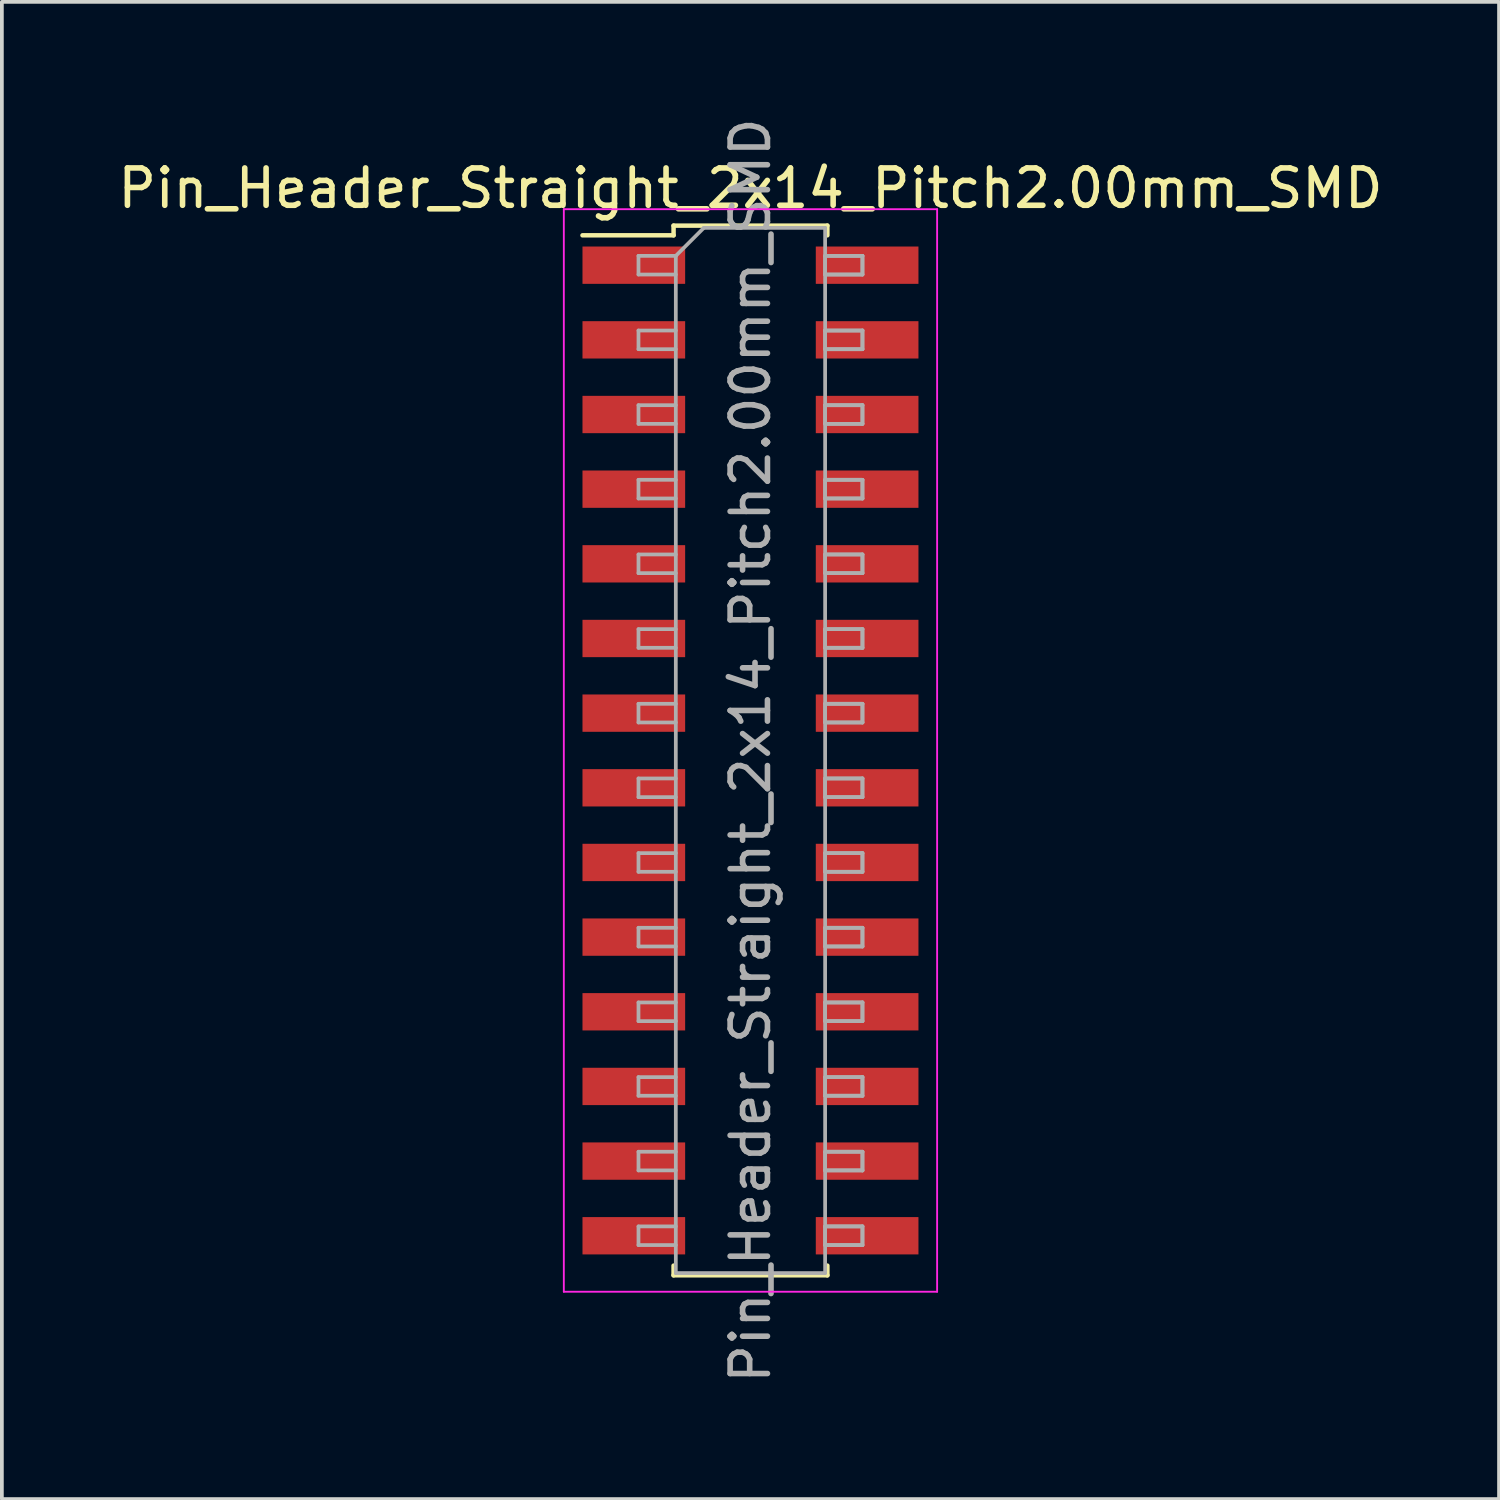
<source format=kicad_pcb>
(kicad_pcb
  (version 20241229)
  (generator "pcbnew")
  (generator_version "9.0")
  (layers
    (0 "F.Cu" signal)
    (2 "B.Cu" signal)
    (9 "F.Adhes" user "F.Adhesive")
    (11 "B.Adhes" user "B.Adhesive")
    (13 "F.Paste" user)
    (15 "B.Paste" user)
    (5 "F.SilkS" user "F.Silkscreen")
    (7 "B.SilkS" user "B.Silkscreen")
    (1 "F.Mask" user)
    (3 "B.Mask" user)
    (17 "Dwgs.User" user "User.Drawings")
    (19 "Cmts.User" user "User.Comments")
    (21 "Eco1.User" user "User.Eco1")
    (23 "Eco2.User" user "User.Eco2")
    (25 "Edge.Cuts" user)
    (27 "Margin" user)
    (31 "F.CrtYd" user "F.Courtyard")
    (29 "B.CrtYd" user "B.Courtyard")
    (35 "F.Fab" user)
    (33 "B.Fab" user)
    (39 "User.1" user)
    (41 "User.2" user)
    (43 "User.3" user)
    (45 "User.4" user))
  (footprint "Pin_Header_Straight_2x14_Pitch2.00mm_SMD"
    (layer "F.Cu")
    (at 17.054 17.054)
    (property "Reference" "Pin_Header_Straight_2x14_Pitch2.00mm_SMD" (at 0 -15.06 0) (layer "F.SilkS") (effects (font (size 1 1) (thickness 0.15))))
    (attr smd)
    (fp_line (start -4.5 -13.8) (end -2.06 -13.8) (stroke (width 0.12) (type solid)) (layer "F.SilkS"))
    (fp_line (start -2.06 -14.06) (end 2.06 -14.06) (stroke (width 0.12) (type solid)) (layer "F.SilkS"))
    (fp_line (start -2.06 -13.8) (end -2.06 -14.06) (stroke (width 0.12) (type solid)) (layer "F.SilkS"))
    (fp_line (start -2.06 13.8) (end -2.06 14.06) (stroke (width 0.12) (type solid)) (layer "F.SilkS"))
    (fp_line (start -2.06 14.06) (end 2.06 14.06) (stroke (width 0.12) (type solid)) (layer "F.SilkS"))
    (fp_line (start 2.06 -14.06) (end 2.06 -13.8) (stroke (width 0.12) (type solid)) (layer "F.SilkS"))
    (fp_line (start 2.06 14.06) (end 2.06 13.8) (stroke (width 0.12) (type solid)) (layer "F.SilkS"))
    (fp_line (start -5 -14.5) (end -5 14.5) (stroke (width 0.05) (type solid)) (layer "F.CrtYd"))
    (fp_line (start -5 14.5) (end 5 14.5) (stroke (width 0.05) (type solid)) (layer "F.CrtYd"))
    (fp_line (start 5 -14.5) (end -5 -14.5) (stroke (width 0.05) (type solid)) (layer "F.CrtYd"))
    (fp_line (start 5 14.5) (end 5 -14.5) (stroke (width 0.05) (type solid)) (layer "F.CrtYd"))
    (fp_line (start -3 -13.25) (end -3 -12.75) (stroke (width 0.1) (type solid)) (layer "F.Fab"))
    (fp_line (start -3 -12.75) (end -2 -12.75) (stroke (width 0.1) (type solid)) (layer "F.Fab"))
    (fp_line (start -3 -11.25) (end -3 -10.75) (stroke (width 0.1) (type solid)) (layer "F.Fab"))
    (fp_line (start -3 -10.75) (end -2 -10.75) (stroke (width 0.1) (type solid)) (layer "F.Fab"))
    (fp_line (start -3 -9.25) (end -3 -8.75) (stroke (width 0.1) (type solid)) (layer "F.Fab"))
    (fp_line (start -3 -8.75) (end -2 -8.75) (stroke (width 0.1) (type solid)) (layer "F.Fab"))
    (fp_line (start -3 -7.25) (end -3 -6.75) (stroke (width 0.1) (type solid)) (layer "F.Fab"))
    (fp_line (start -3 -6.75) (end -2 -6.75) (stroke (width 0.1) (type solid)) (layer "F.Fab"))
    (fp_line (start -3 -5.25) (end -3 -4.75) (stroke (width 0.1) (type solid)) (layer "F.Fab"))
    (fp_line (start -3 -4.75) (end -2 -4.75) (stroke (width 0.1) (type solid)) (layer "F.Fab"))
    (fp_line (start -3 -3.25) (end -3 -2.75) (stroke (width 0.1) (type solid)) (layer "F.Fab"))
    (fp_line (start -3 -2.75) (end -2 -2.75) (stroke (width 0.1) (type solid)) (layer "F.Fab"))
    (fp_line (start -3 -1.25) (end -3 -0.75) (stroke (width 0.1) (type solid)) (layer "F.Fab"))
    (fp_line (start -3 -0.75) (end -2 -0.75) (stroke (width 0.1) (type solid)) (layer "F.Fab"))
    (fp_line (start -3 0.75) (end -3 1.25) (stroke (width 0.1) (type solid)) (layer "F.Fab"))
    (fp_line (start -3 1.25) (end -2 1.25) (stroke (width 0.1) (type solid)) (layer "F.Fab"))
    (fp_line (start -3 2.75) (end -3 3.25) (stroke (width 0.1) (type solid)) (layer "F.Fab"))
    (fp_line (start -3 3.25) (end -2 3.25) (stroke (width 0.1) (type solid)) (layer "F.Fab"))
    (fp_line (start -3 4.75) (end -3 5.25) (stroke (width 0.1) (type solid)) (layer "F.Fab"))
    (fp_line (start -3 5.25) (end -2 5.25) (stroke (width 0.1) (type solid)) (layer "F.Fab"))
    (fp_line (start -3 6.75) (end -3 7.25) (stroke (width 0.1) (type solid)) (layer "F.Fab"))
    (fp_line (start -3 7.25) (end -2 7.25) (stroke (width 0.1) (type solid)) (layer "F.Fab"))
    (fp_line (start -3 8.75) (end -3 9.25) (stroke (width 0.1) (type solid)) (layer "F.Fab"))
    (fp_line (start -3 9.25) (end -2 9.25) (stroke (width 0.1) (type solid)) (layer "F.Fab"))
    (fp_line (start -3 10.75) (end -3 11.25) (stroke (width 0.1) (type solid)) (layer "F.Fab"))
    (fp_line (start -3 11.25) (end -2 11.25) (stroke (width 0.1) (type solid)) (layer "F.Fab"))
    (fp_line (start -3 12.75) (end -3 13.25) (stroke (width 0.1) (type solid)) (layer "F.Fab"))
    (fp_line (start -3 13.25) (end -2 13.25) (stroke (width 0.1) (type solid)) (layer "F.Fab"))
    (fp_line (start -2 -13.25) (end -3 -13.25) (stroke (width 0.1) (type solid)) (layer "F.Fab"))
    (fp_line (start -2 -13.25) (end -1.25 -14) (stroke (width 0.1) (type solid)) (layer "F.Fab"))
    (fp_line (start -2 -11.25) (end -3 -11.25) (stroke (width 0.1) (type solid)) (layer "F.Fab"))
    (fp_line (start -2 -9.25) (end -3 -9.25) (stroke (width 0.1) (type solid)) (layer "F.Fab"))
    (fp_line (start -2 -7.25) (end -3 -7.25) (stroke (width 0.1) (type solid)) (layer "F.Fab"))
    (fp_line (start -2 -5.25) (end -3 -5.25) (stroke (width 0.1) (type solid)) (layer "F.Fab"))
    (fp_line (start -2 -3.25) (end -3 -3.25) (stroke (width 0.1) (type solid)) (layer "F.Fab"))
    (fp_line (start -2 -1.25) (end -3 -1.25) (stroke (width 0.1) (type solid)) (layer "F.Fab"))
    (fp_line (start -2 0.75) (end -3 0.75) (stroke (width 0.1) (type solid)) (layer "F.Fab"))
    (fp_line (start -2 2.75) (end -3 2.75) (stroke (width 0.1) (type solid)) (layer "F.Fab"))
    (fp_line (start -2 4.75) (end -3 4.75) (stroke (width 0.1) (type solid)) (layer "F.Fab"))
    (fp_line (start -2 6.75) (end -3 6.75) (stroke (width 0.1) (type solid)) (layer "F.Fab"))
    (fp_line (start -2 8.75) (end -3 8.75) (stroke (width 0.1) (type solid)) (layer "F.Fab"))
    (fp_line (start -2 10.75) (end -3 10.75) (stroke (width 0.1) (type solid)) (layer "F.Fab"))
    (fp_line (start -2 12.75) (end -3 12.75) (stroke (width 0.1) (type solid)) (layer "F.Fab"))
    (fp_line (start -2 14) (end -2 -13.25) (stroke (width 0.1) (type solid)) (layer "F.Fab"))
    (fp_line (start -1.25 -14) (end 2 -14) (stroke (width 0.1) (type solid)) (layer "F.Fab"))
    (fp_line (start 2 -14) (end 2 14) (stroke (width 0.1) (type solid)) (layer "F.Fab"))
    (fp_line (start 2 -13.25) (end 2 -12.75) (stroke (width 0.1) (type solid)) (layer "F.Fab"))
    (fp_line (start 2 -13.25) (end 3 -13.25) (stroke (width 0.1) (type solid)) (layer "F.Fab"))
    (fp_line (start 2 -12.75) (end 3 -12.75) (stroke (width 0.1) (type solid)) (layer "F.Fab"))
    (fp_line (start 2 -11.25) (end 2 -10.75) (stroke (width 0.1) (type solid)) (layer "F.Fab"))
    (fp_line (start 2 -11.25) (end 3 -11.25) (stroke (width 0.1) (type solid)) (layer "F.Fab"))
    (fp_line (start 2 -10.75) (end 3 -10.75) (stroke (width 0.1) (type solid)) (layer "F.Fab"))
    (fp_line (start 2 -9.25) (end 2 -8.75) (stroke (width 0.1) (type solid)) (layer "F.Fab"))
    (fp_line (start 2 -9.25) (end 3 -9.25) (stroke (width 0.1) (type solid)) (layer "F.Fab"))
    (fp_line (start 2 -8.75) (end 3 -8.75) (stroke (width 0.1) (type solid)) (layer "F.Fab"))
    (fp_line (start 2 -7.25) (end 2 -6.75) (stroke (width 0.1) (type solid)) (layer "F.Fab"))
    (fp_line (start 2 -7.25) (end 3 -7.25) (stroke (width 0.1) (type solid)) (layer "F.Fab"))
    (fp_line (start 2 -6.75) (end 3 -6.75) (stroke (width 0.1) (type solid)) (layer "F.Fab"))
    (fp_line (start 2 -5.25) (end 2 -4.75) (stroke (width 0.1) (type solid)) (layer "F.Fab"))
    (fp_line (start 2 -5.25) (end 3 -5.25) (stroke (width 0.1) (type solid)) (layer "F.Fab"))
    (fp_line (start 2 -4.75) (end 3 -4.75) (stroke (width 0.1) (type solid)) (layer "F.Fab"))
    (fp_line (start 2 -3.25) (end 2 -2.75) (stroke (width 0.1) (type solid)) (layer "F.Fab"))
    (fp_line (start 2 -3.25) (end 3 -3.25) (stroke (width 0.1) (type solid)) (layer "F.Fab"))
    (fp_line (start 2 -2.75) (end 3 -2.75) (stroke (width 0.1) (type solid)) (layer "F.Fab"))
    (fp_line (start 2 -1.25) (end 2 -0.75) (stroke (width 0.1) (type solid)) (layer "F.Fab"))
    (fp_line (start 2 -1.25) (end 3 -1.25) (stroke (width 0.1) (type solid)) (layer "F.Fab"))
    (fp_line (start 2 -0.75) (end 3 -0.75) (stroke (width 0.1) (type solid)) (layer "F.Fab"))
    (fp_line (start 2 0.75) (end 2 1.25) (stroke (width 0.1) (type solid)) (layer "F.Fab"))
    (fp_line (start 2 0.75) (end 3 0.75) (stroke (width 0.1) (type solid)) (layer "F.Fab"))
    (fp_line (start 2 1.25) (end 3 1.25) (stroke (width 0.1) (type solid)) (layer "F.Fab"))
    (fp_line (start 2 2.75) (end 2 3.25) (stroke (width 0.1) (type solid)) (layer "F.Fab"))
    (fp_line (start 2 2.75) (end 3 2.75) (stroke (width 0.1) (type solid)) (layer "F.Fab"))
    (fp_line (start 2 3.25) (end 3 3.25) (stroke (width 0.1) (type solid)) (layer "F.Fab"))
    (fp_line (start 2 4.75) (end 2 5.25) (stroke (width 0.1) (type solid)) (layer "F.Fab"))
    (fp_line (start 2 4.75) (end 3 4.75) (stroke (width 0.1) (type solid)) (layer "F.Fab"))
    (fp_line (start 2 5.25) (end 3 5.25) (stroke (width 0.1) (type solid)) (layer "F.Fab"))
    (fp_line (start 2 6.75) (end 2 7.25) (stroke (width 0.1) (type solid)) (layer "F.Fab"))
    (fp_line (start 2 6.75) (end 3 6.75) (stroke (width 0.1) (type solid)) (layer "F.Fab"))
    (fp_line (start 2 7.25) (end 3 7.25) (stroke (width 0.1) (type solid)) (layer "F.Fab"))
    (fp_line (start 2 8.75) (end 2 9.25) (stroke (width 0.1) (type solid)) (layer "F.Fab"))
    (fp_line (start 2 8.75) (end 3 8.75) (stroke (width 0.1) (type solid)) (layer "F.Fab"))
    (fp_line (start 2 9.25) (end 3 9.25) (stroke (width 0.1) (type solid)) (layer "F.Fab"))
    (fp_line (start 2 10.75) (end 2 11.25) (stroke (width 0.1) (type solid)) (layer "F.Fab"))
    (fp_line (start 2 10.75) (end 3 10.75) (stroke (width 0.1) (type solid)) (layer "F.Fab"))
    (fp_line (start 2 11.25) (end 3 11.25) (stroke (width 0.1) (type solid)) (layer "F.Fab"))
    (fp_line (start 2 12.75) (end 2 13.25) (stroke (width 0.1) (type solid)) (layer "F.Fab"))
    (fp_line (start 2 12.75) (end 3 12.75) (stroke (width 0.1) (type solid)) (layer "F.Fab"))
    (fp_line (start 2 13.25) (end 3 13.25) (stroke (width 0.1) (type solid)) (layer "F.Fab"))
    (fp_line (start 2 14) (end -2 14) (stroke (width 0.1) (type solid)) (layer "F.Fab"))
    (fp_line (start 3 -13.25) (end 2 -13.25) (stroke (width 0.1) (type solid)) (layer "F.Fab"))
    (fp_line (start 3 -13.25) (end 3 -12.75) (stroke (width 0.1) (type solid)) (layer "F.Fab"))
    (fp_line (start 3 -12.75) (end 2 -12.75) (stroke (width 0.1) (type solid)) (layer "F.Fab"))
    (fp_line (start 3 -12.75) (end 3 -13.25) (stroke (width 0.1) (type solid)) (layer "F.Fab"))
    (fp_line (start 3 -11.25) (end 2 -11.25) (stroke (width 0.1) (type solid)) (layer "F.Fab"))
    (fp_line (start 3 -11.25) (end 3 -10.75) (stroke (width 0.1) (type solid)) (layer "F.Fab"))
    (fp_line (start 3 -10.75) (end 2 -10.75) (stroke (width 0.1) (type solid)) (layer "F.Fab"))
    (fp_line (start 3 -10.75) (end 3 -11.25) (stroke (width 0.1) (type solid)) (layer "F.Fab"))
    (fp_line (start 3 -9.25) (end 2 -9.25) (stroke (width 0.1) (type solid)) (layer "F.Fab"))
    (fp_line (start 3 -9.25) (end 3 -8.75) (stroke (width 0.1) (type solid)) (layer "F.Fab"))
    (fp_line (start 3 -8.75) (end 2 -8.75) (stroke (width 0.1) (type solid)) (layer "F.Fab"))
    (fp_line (start 3 -8.75) (end 3 -9.25) (stroke (width 0.1) (type solid)) (layer "F.Fab"))
    (fp_line (start 3 -7.25) (end 2 -7.25) (stroke (width 0.1) (type solid)) (layer "F.Fab"))
    (fp_line (start 3 -7.25) (end 3 -6.75) (stroke (width 0.1) (type solid)) (layer "F.Fab"))
    (fp_line (start 3 -6.75) (end 2 -6.75) (stroke (width 0.1) (type solid)) (layer "F.Fab"))
    (fp_line (start 3 -6.75) (end 3 -7.25) (stroke (width 0.1) (type solid)) (layer "F.Fab"))
    (fp_line (start 3 -5.25) (end 2 -5.25) (stroke (width 0.1) (type solid)) (layer "F.Fab"))
    (fp_line (start 3 -5.25) (end 3 -4.75) (stroke (width 0.1) (type solid)) (layer "F.Fab"))
    (fp_line (start 3 -4.75) (end 2 -4.75) (stroke (width 0.1) (type solid)) (layer "F.Fab"))
    (fp_line (start 3 -4.75) (end 3 -5.25) (stroke (width 0.1) (type solid)) (layer "F.Fab"))
    (fp_line (start 3 -3.25) (end 2 -3.25) (stroke (width 0.1) (type solid)) (layer "F.Fab"))
    (fp_line (start 3 -3.25) (end 3 -2.75) (stroke (width 0.1) (type solid)) (layer "F.Fab"))
    (fp_line (start 3 -2.75) (end 2 -2.75) (stroke (width 0.1) (type solid)) (layer "F.Fab"))
    (fp_line (start 3 -2.75) (end 3 -3.25) (stroke (width 0.1) (type solid)) (layer "F.Fab"))
    (fp_line (start 3 -1.25) (end 2 -1.25) (stroke (width 0.1) (type solid)) (layer "F.Fab"))
    (fp_line (start 3 -1.25) (end 3 -0.75) (stroke (width 0.1) (type solid)) (layer "F.Fab"))
    (fp_line (start 3 -0.75) (end 2 -0.75) (stroke (width 0.1) (type solid)) (layer "F.Fab"))
    (fp_line (start 3 -0.75) (end 3 -1.25) (stroke (width 0.1) (type solid)) (layer "F.Fab"))
    (fp_line (start 3 0.75) (end 2 0.75) (stroke (width 0.1) (type solid)) (layer "F.Fab"))
    (fp_line (start 3 0.75) (end 3 1.25) (stroke (width 0.1) (type solid)) (layer "F.Fab"))
    (fp_line (start 3 1.25) (end 2 1.25) (stroke (width 0.1) (type solid)) (layer "F.Fab"))
    (fp_line (start 3 1.25) (end 3 0.75) (stroke (width 0.1) (type solid)) (layer "F.Fab"))
    (fp_line (start 3 2.75) (end 2 2.75) (stroke (width 0.1) (type solid)) (layer "F.Fab"))
    (fp_line (start 3 2.75) (end 3 3.25) (stroke (width 0.1) (type solid)) (layer "F.Fab"))
    (fp_line (start 3 3.25) (end 2 3.25) (stroke (width 0.1) (type solid)) (layer "F.Fab"))
    (fp_line (start 3 3.25) (end 3 2.75) (stroke (width 0.1) (type solid)) (layer "F.Fab"))
    (fp_line (start 3 4.75) (end 2 4.75) (stroke (width 0.1) (type solid)) (layer "F.Fab"))
    (fp_line (start 3 4.75) (end 3 5.25) (stroke (width 0.1) (type solid)) (layer "F.Fab"))
    (fp_line (start 3 5.25) (end 2 5.25) (stroke (width 0.1) (type solid)) (layer "F.Fab"))
    (fp_line (start 3 5.25) (end 3 4.75) (stroke (width 0.1) (type solid)) (layer "F.Fab"))
    (fp_line (start 3 6.75) (end 2 6.75) (stroke (width 0.1) (type solid)) (layer "F.Fab"))
    (fp_line (start 3 6.75) (end 3 7.25) (stroke (width 0.1) (type solid)) (layer "F.Fab"))
    (fp_line (start 3 7.25) (end 2 7.25) (stroke (width 0.1) (type solid)) (layer "F.Fab"))
    (fp_line (start 3 7.25) (end 3 6.75) (stroke (width 0.1) (type solid)) (layer "F.Fab"))
    (fp_line (start 3 8.75) (end 2 8.75) (stroke (width 0.1) (type solid)) (layer "F.Fab"))
    (fp_line (start 3 8.75) (end 3 9.25) (stroke (width 0.1) (type solid)) (layer "F.Fab"))
    (fp_line (start 3 9.25) (end 2 9.25) (stroke (width 0.1) (type solid)) (layer "F.Fab"))
    (fp_line (start 3 9.25) (end 3 8.75) (stroke (width 0.1) (type solid)) (layer "F.Fab"))
    (fp_line (start 3 10.75) (end 2 10.75) (stroke (width 0.1) (type solid)) (layer "F.Fab"))
    (fp_line (start 3 10.75) (end 3 11.25) (stroke (width 0.1) (type solid)) (layer "F.Fab"))
    (fp_line (start 3 11.25) (end 2 11.25) (stroke (width 0.1) (type solid)) (layer "F.Fab"))
    (fp_line (start 3 11.25) (end 3 10.75) (stroke (width 0.1) (type solid)) (layer "F.Fab"))
    (fp_line (start 3 12.75) (end 2 12.75) (stroke (width 0.1) (type solid)) (layer "F.Fab"))
    (fp_line (start 3 12.75) (end 3 13.25) (stroke (width 0.1) (type solid)) (layer "F.Fab"))
    (fp_line (start 3 13.25) (end 2 13.25) (stroke (width 0.1) (type solid)) (layer "F.Fab"))
    (fp_line (start 3 13.25) (end 3 12.75) (stroke (width 0.1) (type solid)) (layer "F.Fab"))
    (fp_text user "${REFERENCE}" (at 0 0 90) (layer "F.Fab") (effects (font (size 1 1) (thickness 0.15))))
    (pad "1" smd rect (at -3.125 -13) (size 2.75 1) (layers "F.Cu" "F.Mask"))
    (pad "2" smd rect (at 3.125 -13) (size 2.75 1) (layers "F.Cu" "F.Mask"))
    (pad "3" smd rect (at -3.125 -11) (size 2.75 1) (layers "F.Cu" "F.Mask"))
    (pad "4" smd rect (at 3.125 -11) (size 2.75 1) (layers "F.Cu" "F.Mask"))
    (pad "5" smd rect (at -3.125 -9) (size 2.75 1) (layers "F.Cu" "F.Mask"))
    (pad "6" smd rect (at 3.125 -9) (size 2.75 1) (layers "F.Cu" "F.Mask"))
    (pad "7" smd rect (at -3.125 -7) (size 2.75 1) (layers "F.Cu" "F.Mask"))
    (pad "8" smd rect (at 3.125 -7) (size 2.75 1) (layers "F.Cu" "F.Mask"))
    (pad "9" smd rect (at -3.125 -5) (size 2.75 1) (layers "F.Cu" "F.Mask"))
    (pad "10" smd rect (at 3.125 -5) (size 2.75 1) (layers "F.Cu" "F.Mask"))
    (pad "11" smd rect (at -3.125 -3) (size 2.75 1) (layers "F.Cu" "F.Mask"))
    (pad "12" smd rect (at 3.125 -3) (size 2.75 1) (layers "F.Cu" "F.Mask"))
    (pad "13" smd rect (at -3.125 -1) (size 2.75 1) (layers "F.Cu" "F.Mask"))
    (pad "14" smd rect (at 3.125 -1) (size 2.75 1) (layers "F.Cu" "F.Mask"))
    (pad "15" smd rect (at -3.125 1) (size 2.75 1) (layers "F.Cu" "F.Mask"))
    (pad "16" smd rect (at 3.125 1) (size 2.75 1) (layers "F.Cu" "F.Mask"))
    (pad "17" smd rect (at -3.125 3) (size 2.75 1) (layers "F.Cu" "F.Mask"))
    (pad "18" smd rect (at 3.125 3) (size 2.75 1) (layers "F.Cu" "F.Mask"))
    (pad "19" smd rect (at -3.125 5) (size 2.75 1) (layers "F.Cu" "F.Mask"))
    (pad "20" smd rect (at 3.125 5) (size 2.75 1) (layers "F.Cu" "F.Mask"))
    (pad "21" smd rect (at -3.125 7) (size 2.75 1) (layers "F.Cu" "F.Mask"))
    (pad "22" smd rect (at 3.125 7) (size 2.75 1) (layers "F.Cu" "F.Mask"))
    (pad "23" smd rect (at -3.125 9) (size 2.75 1) (layers "F.Cu" "F.Mask"))
    (pad "24" smd rect (at 3.125 9) (size 2.75 1) (layers "F.Cu" "F.Mask"))
    (pad "25" smd rect (at -3.125 11) (size 2.75 1) (layers "F.Cu" "F.Mask"))
    (pad "26" smd rect (at 3.125 11) (size 2.75 1) (layers "F.Cu" "F.Mask"))
    (pad "27" smd rect (at -3.125 13) (size 2.75 1) (layers "F.Cu" "F.Mask"))
    (pad "28" smd rect (at 3.125 13) (size 2.75 1) (layers "F.Cu" "F.Mask")))
  (gr_rect
    (start -3 -3)
    (end 37.107 37.107)
    (stroke (width 0.1) (type default))
    (fill no)
    (layer "Edge.Cuts")))
</source>
